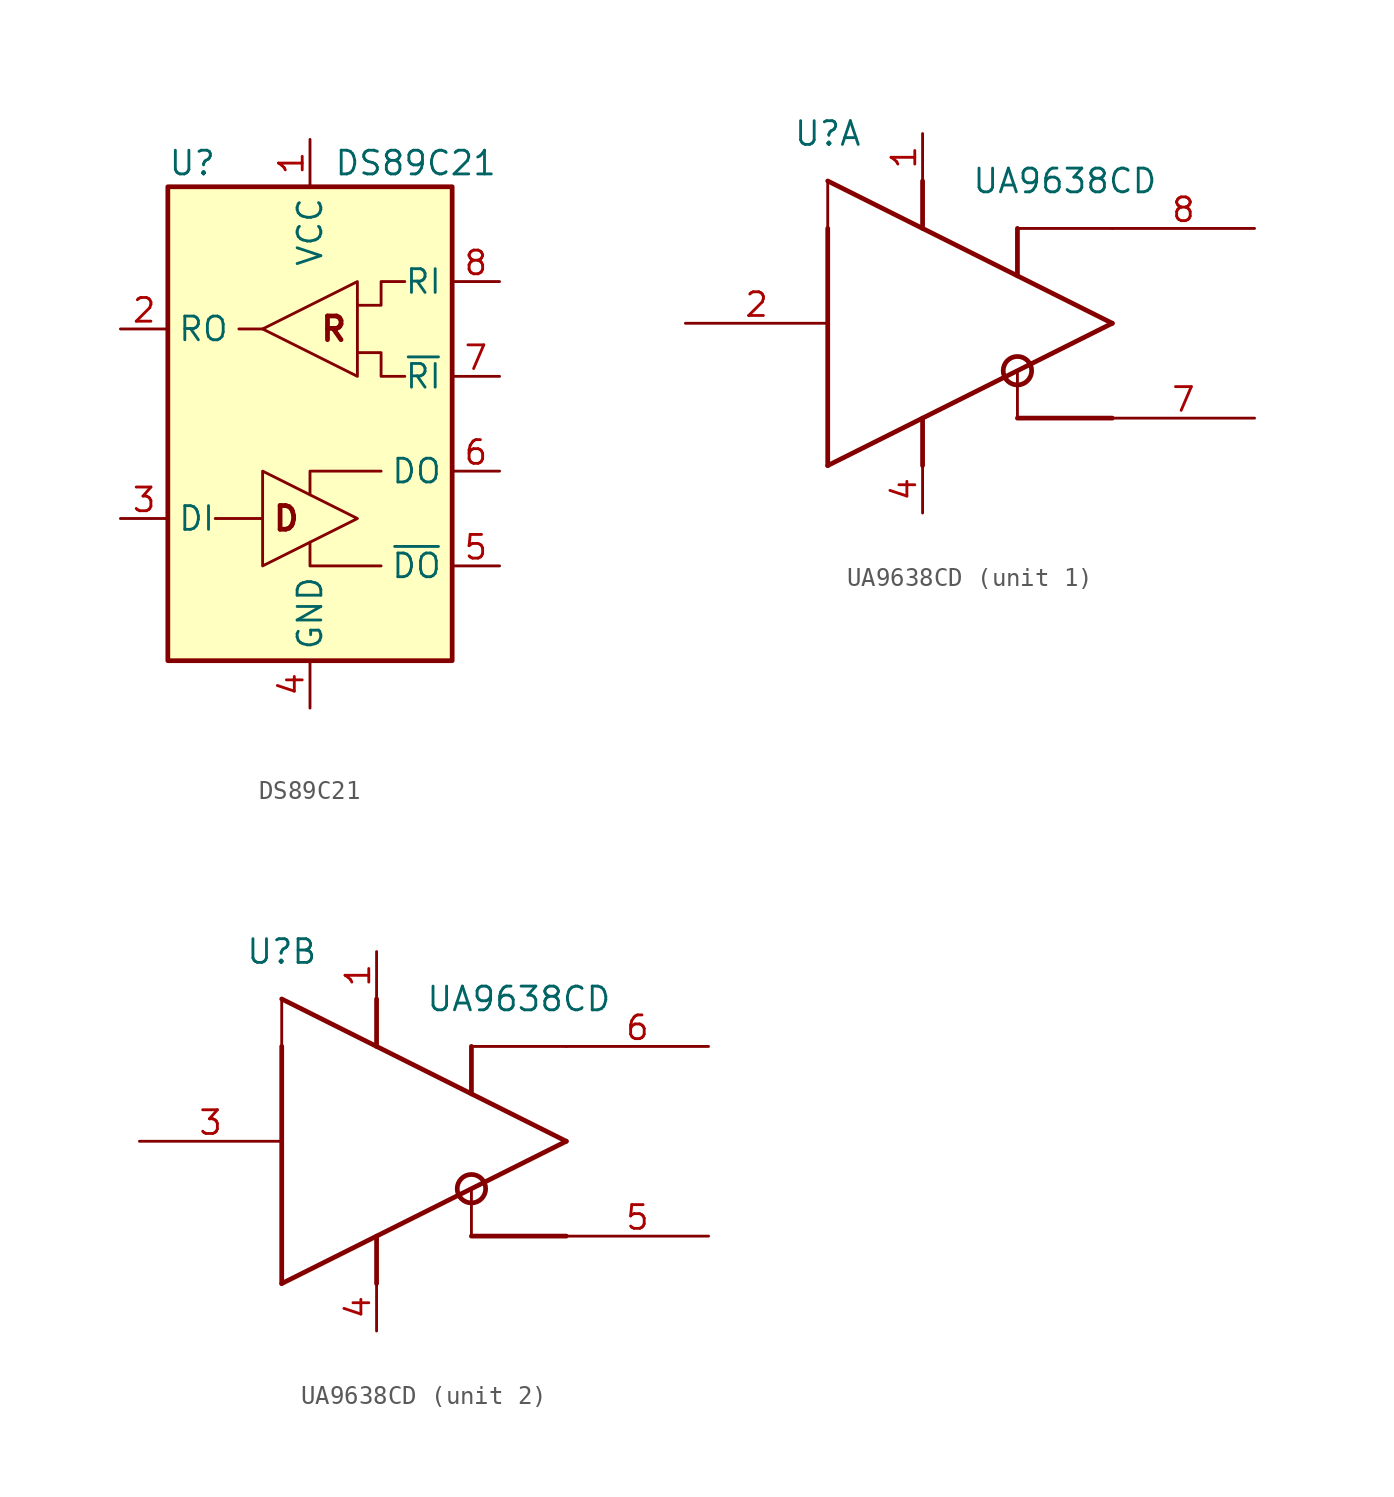
<source format=kicad_sym>
(kicad_symbol_lib
  (version 20220914)
  (generator kicad_symbol_editor)
  (symbol "DS89C21"
    (property "Reference" "U"
      (at -7.62 13.97 0)
      (effects (font (size 1.27 1.27)) (justify left)))
    (property "Value" "DS89C21"
      (at 1.27 13.97 0)
      (effects (font (size 1.27 1.27)) (justify left)))
    (symbol "DS89C21_0_0"
      (text "D" (at -1.27 -5.08 0) (effects (font (size 1.27 1.27) bold)))
      (text "R" (at 1.27 5.08 0) (effects (font (size 1.27 1.27) bold))))
    (symbol "DS89C21_0_1"
      (rectangle (start -7.62 12.7) (end 7.62 -12.7) (stroke (width 0.254) (type default)) (fill (type background)))
      (polyline (pts (xy -5.08 -5.08) (xy -2.54 -5.08)) (stroke (width 0) (type default)) (fill (type none)))
      (polyline (pts (xy -2.54 5.08) (xy -3.81 5.08)) (stroke (width 0) (type default)) (fill (type none)))
      (polyline (pts (xy 3.81 -7.62) (xy 0 -7.62) (xy 0 -6.35)) (stroke (width 0) (type default)) (fill (type none)))
      (polyline (pts (xy 3.81 -2.54) (xy 0 -2.54) (xy 0 -3.81)) (stroke (width 0) (type default)) (fill (type none)))
      (polyline (pts (xy -2.54 -2.54) (xy -2.54 -7.62) (xy 2.54 -5.08) (xy -2.54 -2.54)) (stroke (width 0) (type default)) (fill (type none)))
      (polyline (pts (xy 2.54 3.81) (xy 3.81 3.81) (xy 3.81 2.54) (xy 5.08 2.54)) (stroke (width 0) (type default)) (fill (type none)))
      (polyline (pts (xy 2.54 6.35) (xy 3.81 6.35) (xy 3.81 7.62) (xy 5.08 7.62)) (stroke (width 0) (type default)) (fill (type none)))
      (polyline (pts (xy 2.54 7.62) (xy 2.54 2.54) (xy -2.54 5.08) (xy 2.54 7.62)) (stroke (width 0) (type default)) (fill (type none))))
    (symbol "DS89C21_1_1"
      (pin power_in line (at 0 15.24 270) (length 2.54) (name "VCC" (effects (font (size 1.27 1.27)))) (number "1" (effects (font (size 1.27 1.27)))))
      (pin output line (at -10.16 5.08 0) (length 2.54) (name "RO" (effects (font (size 1.27 1.27)))) (number "2" (effects (font (size 1.27 1.27)))))
      (pin input line (at -10.16 -5.08 0) (length 2.54) (name "DI" (effects (font (size 1.27 1.27)))) (number "3" (effects (font (size 1.27 1.27)))))
      (pin power_in line (at 0 -15.24 90) (length 2.54) (name "GND" (effects (font (size 1.27 1.27)))) (number "4" (effects (font (size 1.27 1.27)))))
      (pin output line (at 10.16 -7.62 180) (length 2.54) (name "~{DO}" (effects (font (size 1.27 1.27)))) (number "5" (effects (font (size 1.27 1.27)))))
      (pin output line (at 10.16 -2.54 180) (length 2.54) (name "DO" (effects (font (size 1.27 1.27)))) (number "6" (effects (font (size 1.27 1.27)))))
      (pin input line (at 10.16 2.54 180) (length 2.54) (name "~{RI}" (effects (font (size 1.27 1.27)))) (number "7" (effects (font (size 1.27 1.27)))))
      (pin input line (at 10.16 7.62 180) (length 2.54) (name "RI" (effects (font (size 1.27 1.27)))) (number "8" (effects (font (size 1.27 1.27)))))))
  (symbol "UA9638CD"
    (pin_names
      (offset 1.016) hide)
    (property "Reference" "U"
      (at -7.62 10.16 0)
      (effects (font (size 1.27 1.27))))
    (property "Value" "UA9638CD"
      (at 5.08 7.62 0)
      (effects (font (size 1.27 1.27))))
    (symbol "UA9638CD_0_1"
      (polyline (pts (xy -7.62 5.08) (xy -7.62 -7.62)) (stroke (width 0.254) (type default)) (fill (type background)))
      (polyline (pts (xy -7.62 5.08) (xy -7.62 7.62)) (stroke (width 0) (type default)) (fill (type none)))
      (polyline (pts (xy -7.62 7.62) (xy 7.62 0)) (stroke (width 0.254) (type default)) (fill (type none)))
      (polyline (pts (xy -2.54 -5.08) (xy -2.54 -7.62)) (stroke (width 0.254) (type default)) (fill (type none)))
      (polyline (pts (xy -2.54 5.08) (xy -2.54 7.62)) (stroke (width 0.254) (type default)) (fill (type none)))
      (polyline (pts (xy 2.54 -5.08) (xy 7.62 -5.08)) (stroke (width 0.254) (type default)) (fill (type none)))
      (polyline (pts (xy 2.54 -2.54) (xy 2.54 -5.08)) (stroke (width 0) (type default)) (fill (type none)))
      (polyline (pts (xy 2.54 5.08) (xy 2.54 2.54)) (stroke (width 0.254) (type default)) (fill (type none)))
      (polyline (pts (xy 7.62 0) (xy -7.62 -7.62)) (stroke (width 0.254) (type default)) (fill (type none)))
      (polyline (pts (xy 7.62 5.08) (xy 2.54 5.08)) (stroke (width 0) (type default)) (fill (type none)))
      (circle (center 2.54 -2.54) (radius 0.762) (stroke (width 0.254) (type default)) (fill (type none))))
    (symbol "UA9638CD_1_1"
      (pin power_in line (at -2.54 10.16 270) (length 2.54) (name "VCC" (effects (font (size 1.27 1.27)))) (number "1" (effects (font (size 1.27 1.27)))))
      (pin input line (at -15.24 0 0) (length 7.62) (name "IN" (effects (font (size 1.27 1.27)))) (number "2" (effects (font (size 1.27 1.27)))))
      (pin power_in line (at -2.54 -10.16 90) (length 2.54) (name "GND" (effects (font (size 1.27 1.27)))) (number "4" (effects (font (size 1.27 1.27)))))
      (pin output line (at 15.24 -5.08 180) (length 7.62) (name "OUTA" (effects (font (size 1.27 1.27)))) (number "7" (effects (font (size 1.27 1.27)))))
      (pin output line (at 15.24 5.08 180) (length 7.62) (name "OUTB" (effects (font (size 1.27 1.27)))) (number "8" (effects (font (size 1.27 1.27))))))
    (symbol "UA9638CD_2_1"
      (pin power_in line (at -2.54 10.16 270) (length 2.54) (name "VCC" (effects (font (size 1.27 1.27)))) (number "1" (effects (font (size 1.27 1.27)))))
      (pin input line (at -15.24 0 0) (length 7.62) (name "IN" (effects (font (size 1.27 1.27)))) (number "3" (effects (font (size 1.27 1.27)))))
      (pin power_in line (at -2.54 -10.16 90) (length 2.54) (name "GND" (effects (font (size 1.27 1.27)))) (number "4" (effects (font (size 1.27 1.27)))))
      (pin output line (at 15.24 -5.08 180) (length 7.62) (name "OUTA" (effects (font (size 1.27 1.27)))) (number "5" (effects (font (size 1.27 1.27)))))
      (pin output line (at 15.24 5.08 180) (length 7.62) (name "OUTB" (effects (font (size 1.27 1.27)))) (number "6" (effects (font (size 1.27 1.27))))))))
</source>
